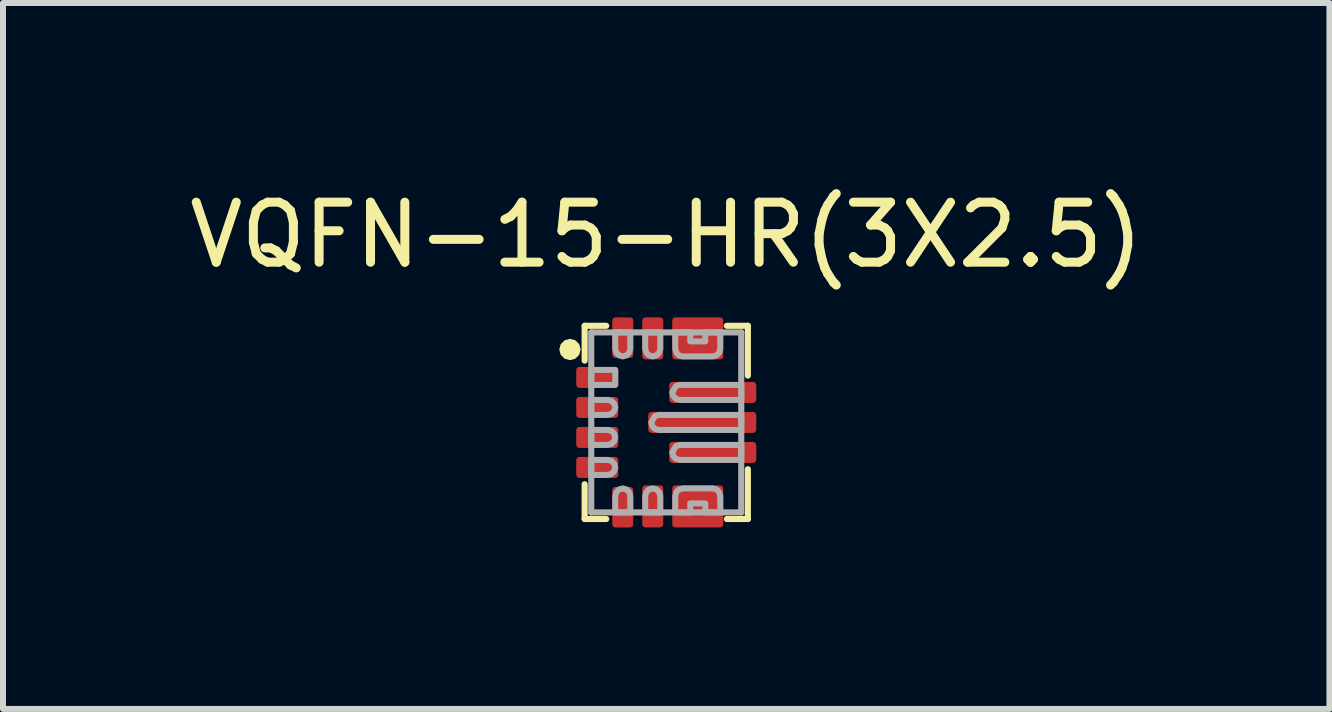
<source format=kicad_pcb>
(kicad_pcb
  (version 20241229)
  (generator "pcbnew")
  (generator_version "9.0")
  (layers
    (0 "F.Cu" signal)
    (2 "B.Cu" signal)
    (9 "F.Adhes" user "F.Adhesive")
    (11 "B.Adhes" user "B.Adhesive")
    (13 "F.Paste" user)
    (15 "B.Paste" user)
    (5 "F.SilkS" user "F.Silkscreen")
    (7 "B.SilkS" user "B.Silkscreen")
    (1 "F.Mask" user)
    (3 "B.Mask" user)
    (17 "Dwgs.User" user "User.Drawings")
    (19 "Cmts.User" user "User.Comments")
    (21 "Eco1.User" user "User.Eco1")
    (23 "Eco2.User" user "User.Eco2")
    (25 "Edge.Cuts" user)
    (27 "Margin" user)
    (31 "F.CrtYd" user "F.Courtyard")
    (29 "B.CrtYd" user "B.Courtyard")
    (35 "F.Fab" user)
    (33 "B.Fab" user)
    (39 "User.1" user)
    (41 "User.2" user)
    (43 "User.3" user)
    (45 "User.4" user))
  (footprint "VQFN-15-HR(3X2.5)"
    (layer "F.Cu")
    (at 8.054 3.99)
    (property "Reference" "VQFN-15-HR(3X2.5)" (at 0 -2.54 0) (layer "F.SilkS") (effects (font (size 1 1) (thickness 0.15)) (justify bottom)))
    (attr smd)
    (fp_poly (pts (xy 0.45 -1.725) (xy 0.45 -1.4) (xy 0.6 -1.4) (xy 0.6 -1.725) (xy 0.65 -1.775) (xy 0.925 -1.775) (xy 0.975 -1.725) (xy 0.975 -1.075) (xy 0.925 -1.025) (xy 0.125 -1.025) (xy 0.075 -1.075) (xy 0.075 -1.725) (xy 0.125 -1.775) (xy 0.4 -1.775)) (stroke (width 0) (type solid)) (fill yes) (layer "F.Mask"))
    (fp_poly (pts (xy 0.6 1.725) (xy 0.6 1.4) (xy 0.45 1.4) (xy 0.45 1.725) (xy 0.4 1.775) (xy 0.125 1.775) (xy 0.075 1.725) (xy 0.075 1.075) (xy 0.125 1.025) (xy 0.925 1.025) (xy 0.975 1.075) (xy 0.975 1.725) (xy 0.925 1.775) (xy 0.65 1.775)) (stroke (width 0) (type solid)) (fill yes) (layer "F.Mask"))
    (fp_line (start -1.36 -1.61) (end -1.36 -1.03) (stroke (width 0.102) (type solid)) (layer "F.SilkS"))
    (fp_line (start -1.36 1.61) (end -1.36 1.03) (stroke (width 0.102) (type solid)) (layer "F.SilkS"))
    (fp_line (start -1 -1.61) (end -1.36 -1.61) (stroke (width 0.102) (type solid)) (layer "F.SilkS"))
    (fp_line (start -1 1.61) (end -1.36 1.61) (stroke (width 0.102) (type solid)) (layer "F.SilkS"))
    (fp_line (start 1.01 -1.61) (end 1.36 -1.61) (stroke (width 0.102) (type solid)) (layer "F.SilkS"))
    (fp_line (start 1.01 1.61) (end 1.36 1.61) (stroke (width 0.102) (type solid)) (layer "F.SilkS"))
    (fp_line (start 1.36 -1.61) (end 1.36 -0.78) (stroke (width 0.102) (type solid)) (layer "F.SilkS"))
    (fp_line (start 1.36 1.61) (end 1.36 0.78) (stroke (width 0.102) (type solid)) (layer "F.SilkS"))
    (fp_poly (pts (xy -1.516 -1.369) (xy -1.451 -1.304) (xy -1.427 -1.215) (xy -1.451 -1.126) (xy -1.516 -1.061) (xy -1.605 -1.037) (xy -1.694 -1.061) (xy -1.759 -1.126) (xy -1.783 -1.215) (xy -1.759 -1.304) (xy -1.694 -1.369) (xy -1.605 -1.393)) (stroke (width 0) (type solid)) (fill yes) (layer "F.SilkS"))
    (fp_poly (pts (xy -0.85 -0.825) (xy -0.85 -0.675) (xy -0.9 -0.625) (xy -1.4 -0.625) (xy -1.45 -0.675) (xy -1.45 -0.825) (xy -1.4 -0.875) (xy -0.9 -0.875)) (stroke (width 0) (type solid)) (fill yes) (layer "F.Paste"))
    (fp_poly (pts (xy -0.85 -0.325) (xy -0.85 -0.175) (xy -0.9 -0.124) (xy -1.4 -0.124) (xy -1.45 -0.175) (xy -1.45 -0.325) (xy -1.4 -0.376) (xy -0.9 -0.376)) (stroke (width 0) (type solid)) (fill yes) (layer "F.Paste"))
    (fp_poly (pts (xy -0.85 0.175) (xy -0.85 0.325) (xy -0.9 0.376) (xy -1.4 0.376) (xy -1.45 0.325) (xy -1.45 0.175) (xy -1.4 0.124) (xy -0.9 0.124)) (stroke (width 0) (type solid)) (fill yes) (layer "F.Paste"))
    (fp_poly (pts (xy -0.85 0.675) (xy -0.85 0.825) (xy -0.9 0.875) (xy -1.4 0.875) (xy -1.45 0.825) (xy -1.45 0.675) (xy -1.4 0.625) (xy -0.9 0.625)) (stroke (width 0) (type solid)) (fill yes) (layer "F.Paste"))
    (fp_poly (pts (xy -0.6 -1.65) (xy -0.6 -1.15) (xy -0.65 -1.099) (xy -0.8 -1.099) (xy -0.851 -1.15) (xy -0.851 -1.65) (xy -0.8 -1.7) (xy -0.65 -1.7)) (stroke (width 0) (type solid)) (fill yes) (layer "F.Paste"))
    (fp_poly (pts (xy -0.6 1.15) (xy -0.6 1.65) (xy -0.65 1.7) (xy -0.8 1.7) (xy -0.851 1.65) (xy -0.851 1.15) (xy -0.8 1.099) (xy -0.65 1.099)) (stroke (width 0) (type solid)) (fill yes) (layer "F.Paste"))
    (fp_poly (pts (xy -0.1 -1.65) (xy -0.1 -1.15) (xy -0.15 -1.099) (xy -0.3 -1.099) (xy -0.35 -1.15) (xy -0.35 -1.65) (xy -0.3 -1.7) (xy -0.15 -1.7)) (stroke (width 0) (type solid)) (fill yes) (layer "F.Paste"))
    (fp_poly (pts (xy -0.1 1.15) (xy -0.1 1.65) (xy -0.15 1.7) (xy -0.3 1.7) (xy -0.35 1.65) (xy -0.35 1.15) (xy -0.3 1.099) (xy -0.15 1.099)) (stroke (width 0) (type solid)) (fill yes) (layer "F.Paste"))
    (fp_poly (pts (xy 0.5 -0.075) (xy 0.5 0.075) (xy 0.45 0.126) (xy -0.17 0.126) (xy -0.221 0.075) (xy -0.221 -0.075) (xy -0.17 -0.126) (xy 0.45 -0.126)) (stroke (width 0) (type solid)) (fill yes) (layer "F.Paste"))
    (fp_poly (pts (xy 0.675 -0.575) (xy 0.675 -0.425) (xy 0.625 -0.374) (xy 0.15 -0.374) (xy 0.1 -0.425) (xy 0.1 -0.575) (xy 0.15 -0.625) (xy 0.625 -0.625)) (stroke (width 0) (type solid)) (fill yes) (layer "F.Paste"))
    (fp_poly (pts (xy 0.675 0.425) (xy 0.675 0.575) (xy 0.625 0.625) (xy 0.15 0.625) (xy 0.1 0.575) (xy 0.1 0.425) (xy 0.15 0.374) (xy 0.625 0.374)) (stroke (width 0) (type solid)) (fill yes) (layer "F.Paste"))
    (fp_poly (pts (xy 1.421 -0.075) (xy 1.421 0.075) (xy 1.37 0.126) (xy 0.75 0.126) (xy 0.7 0.075) (xy 0.7 -0.075) (xy 0.75 -0.126) (xy 1.37 -0.126)) (stroke (width 0) (type solid)) (fill yes) (layer "F.Paste"))
    (fp_poly (pts (xy 1.5 -0.575) (xy 1.5 -0.425) (xy 1.45 -0.374) (xy 0.975 -0.374) (xy 0.924 -0.425) (xy 0.924 -0.575) (xy 0.975 -0.625) (xy 1.45 -0.625)) (stroke (width 0) (type solid)) (fill yes) (layer "F.Paste"))
    (fp_poly (pts (xy 1.5 0.425) (xy 1.5 0.575) (xy 1.45 0.625) (xy 0.975 0.625) (xy 0.924 0.575) (xy 0.924 0.425) (xy 0.975 0.374) (xy 1.45 0.374)) (stroke (width 0) (type solid)) (fill yes) (layer "F.Paste"))
    (fp_poly (pts (xy 0.401 -1.65) (xy 0.401 -1.351) (xy 0.649 -1.351) (xy 0.649 -1.65) (xy 0.7 -1.7) (xy 0.85 -1.7) (xy 0.9 -1.65) (xy 0.9 -1.15) (xy 0.85 -1.099) (xy 0.2 -1.099) (xy 0.149 -1.15) (xy 0.149 -1.65) (xy 0.2 -1.7) (xy 0.35 -1.7)) (stroke (width 0) (type solid)) (fill yes) (layer "F.Paste"))
    (fp_poly (pts (xy 0.9 1.15) (xy 0.9 1.65) (xy 0.85 1.7) (xy 0.7 1.7) (xy 0.649 1.65) (xy 0.649 1.351) (xy 0.401 1.351) (xy 0.401 1.65) (xy 0.35 1.7) (xy 0.2 1.7) (xy 0.149 1.65) (xy 0.149 1.15) (xy 0.2 1.099) (xy 0.85 1.099)) (stroke (width 0) (type solid)) (fill yes) (layer "F.Paste"))
    (fp_line (start -1.25 -1.5) (end 1.25 -1.5) (stroke (width 0.102) (type solid)) (layer "F.Fab"))
    (fp_line (start -1.25 1.5) (end -1.25 -1.5) (stroke (width 0.102) (type solid)) (layer "F.Fab"))
    (fp_line (start 1.25 -1.5) (end 1.25 1.5) (stroke (width 0.102) (type solid)) (layer "F.Fab"))
    (fp_line (start 1.25 1.5) (end -1.25 1.5) (stroke (width 0.102) (type solid)) (layer "F.Fab"))
    (fp_poly (pts (xy -0.85 -0.625) (xy -1.25 -0.625) (xy -1.25 -0.875) (xy -0.85 -0.875)) (stroke (width 0.1) (type solid)) (fill no) (layer "F.Fab"))
    (fp_poly (pts (xy 1.25 -0.375) (xy 0.225 -0.375) (xy 0.163 -0.392) (xy 0.117 -0.438) (xy 0.1 -0.5) (xy 0.163 -0.608) (xy 0.225 -0.625) (xy 1.25 -0.625)) (stroke (width 0.1) (type solid)) (fill no) (layer "F.Fab"))
    (fp_poly (pts (xy 1.25 0.125) (xy -0.125 0.125) (xy -0.188 0.108) (xy -0.233 0.062) (xy -0.25 0) (xy -0.188 -0.108) (xy -0.125 -0.125) (xy 1.25 -0.125)) (stroke (width 0.1) (type solid)) (fill no) (layer "F.Fab"))
    (fp_poly (pts (xy 1.25 0.625) (xy 0.225 0.625) (xy 0.163 0.608) (xy 0.117 0.562) (xy 0.1 0.5) (xy 0.163 0.392) (xy 0.225 0.375) (xy 1.25 0.375)) (stroke (width 0.1) (type solid)) (fill no) (layer "F.Fab"))
    (fp_poly (pts (xy -0.912 -0.358) (xy -0.867 -0.312) (xy -0.85 -0.25) (xy -0.867 -0.188) (xy -0.912 -0.142) (xy -0.975 -0.125) (xy -1.25 -0.125) (xy -1.25 -0.375) (xy -0.975 -0.375)) (stroke (width 0.1) (type solid)) (fill no) (layer "F.Fab"))
    (fp_poly (pts (xy -0.912 0.142) (xy -0.867 0.188) (xy -0.85 0.25) (xy -0.867 0.312) (xy -0.912 0.358) (xy -0.975 0.375) (xy -1.25 0.375) (xy -1.25 0.125) (xy -0.975 0.125)) (stroke (width 0.1) (type solid)) (fill no) (layer "F.Fab"))
    (fp_poly (pts (xy -0.912 0.642) (xy -0.867 0.688) (xy -0.85 0.75) (xy -0.867 0.812) (xy -0.912 0.858) (xy -0.975 0.875) (xy -1.25 0.875) (xy -1.25 0.625) (xy -0.975 0.625)) (stroke (width 0.1) (type solid)) (fill no) (layer "F.Fab"))
    (fp_poly (pts (xy -0.662 1.117) (xy -0.617 1.163) (xy -0.6 1.225) (xy -0.6 1.5) (xy -0.85 1.5) (xy -0.85 1.225) (xy -0.833 1.163) (xy -0.787 1.117) (xy -0.725 1.1)) (stroke (width 0.1) (type solid)) (fill no) (layer "F.Fab"))
    (fp_poly (pts (xy -0.6 -1.225) (xy -0.617 -1.163) (xy -0.662 -1.117) (xy -0.725 -1.1) (xy -0.787 -1.117) (xy -0.833 -1.163) (xy -0.85 -1.225) (xy -0.85 -1.5) (xy -0.6 -1.5)) (stroke (width 0.1) (type solid)) (fill no) (layer "F.Fab"))
    (fp_poly (pts (xy -0.163 1.117) (xy -0.117 1.163) (xy -0.1 1.225) (xy -0.1 1.5) (xy -0.35 1.5) (xy -0.35 1.225) (xy -0.333 1.163) (xy -0.287 1.117) (xy -0.225 1.1)) (stroke (width 0.1) (type solid)) (fill no) (layer "F.Fab"))
    (fp_poly (pts (xy -0.1 -1.225) (xy -0.117 -1.163) (xy -0.163 -1.117) (xy -0.225 -1.1) (xy -0.287 -1.117) (xy -0.333 -1.163) (xy -0.35 -1.225) (xy -0.35 -1.5) (xy -0.1 -1.5)) (stroke (width 0.1) (type solid)) (fill no) (layer "F.Fab"))
    (fp_poly (pts (xy 0.4 -1.35) (xy 0.65 -1.35) (xy 0.65 -1.5) (xy 0.9 -1.5) (xy 0.9 -1.225) (xy 0.883 -1.163) (xy 0.838 -1.117) (xy 0.775 -1.1) (xy 0.275 -1.1) (xy 0.212 -1.117) (xy 0.167 -1.163) (xy 0.15 -1.225) (xy 0.15 -1.5) (xy 0.4 -1.5)) (stroke (width 0.1) (type solid)) (fill no) (layer "F.Fab"))
    (fp_poly (pts (xy 0.838 1.117) (xy 0.883 1.163) (xy 0.9 1.225) (xy 0.9 1.5) (xy 0.65 1.5) (xy 0.65 1.35) (xy 0.4 1.35) (xy 0.4 1.5) (xy 0.15 1.5) (xy 0.15 1.225) (xy 0.167 1.163) (xy 0.212 1.117) (xy 0.275 1.1) (xy 0.775 1.1)) (stroke (width 0.1) (type solid)) (fill no) (layer "F.Fab"))
    (pad "P$1" smd roundrect (at -1.15 -0.75) (size 0.7 0.35) (layers "F.Cu" "F.Mask") (roundrect_rratio 0.15))
    (pad "P$2" smd roundrect (at -1.15 -0.25) (size 0.7 0.35) (layers "F.Cu" "F.Mask") (roundrect_rratio 0.15))
    (pad "P$3" smd roundrect (at -1.15 0.25) (size 0.7 0.35) (layers "F.Cu" "F.Mask") (roundrect_rratio 0.15))
    (pad "P$4" smd roundrect (at -1.15 0.75) (size 0.7 0.35) (layers "F.Cu" "F.Mask") (roundrect_rratio 0.15))
    (pad "P$5" smd roundrect (at -0.725 1.413 90) (size 0.675 0.35) (layers "F.Cu" "F.Mask") (roundrect_rratio 0.15))
    (pad "P$6" smd roundrect (at -0.225 1.4 90) (size 0.7 0.35) (layers "F.Cu" "F.Mask") (roundrect_rratio 0.15))
    (pad "P$7/8" smd roundrect (at 0.525 1.4) (size 0.85 0.7) (layers "F.Cu") (roundrect_rratio 0.075))
    (pad "P$9" smd roundrect (at 0.775 0.5) (size 1.45 0.35) (layers "F.Cu" "F.Mask") (roundrect_rratio 0.155))
    (pad "P$10" smd roundrect (at 0.6 0) (size 1.8 0.35) (layers "F.Cu" "F.Mask") (roundrect_rratio 0.155))
    (pad "P$11" smd roundrect (at 0.775 -0.5) (size 1.45 0.35) (layers "F.Cu" "F.Mask") (roundrect_rratio 0.155))
    (pad "P$12/13" smd roundrect (at 0.525 -1.4) (size 0.85 0.7) (layers "F.Cu") (roundrect_rratio 0.075))
    (pad "P$14" smd roundrect (at -0.225 -1.4 90) (size 0.7 0.35) (layers "F.Cu" "F.Mask") (roundrect_rratio 0.15))
    (pad "P$15" smd roundrect (at -0.725 -1.413 90) (size 0.675 0.35) (layers "F.Cu" "F.Mask") (roundrect_rratio 0.15)))
  (gr_rect
    (start -3 -3)
    (end 19.107 8.765)
    (stroke (width 0.1) (type default))
    (fill no)
    (layer "Edge.Cuts")))
</source>
